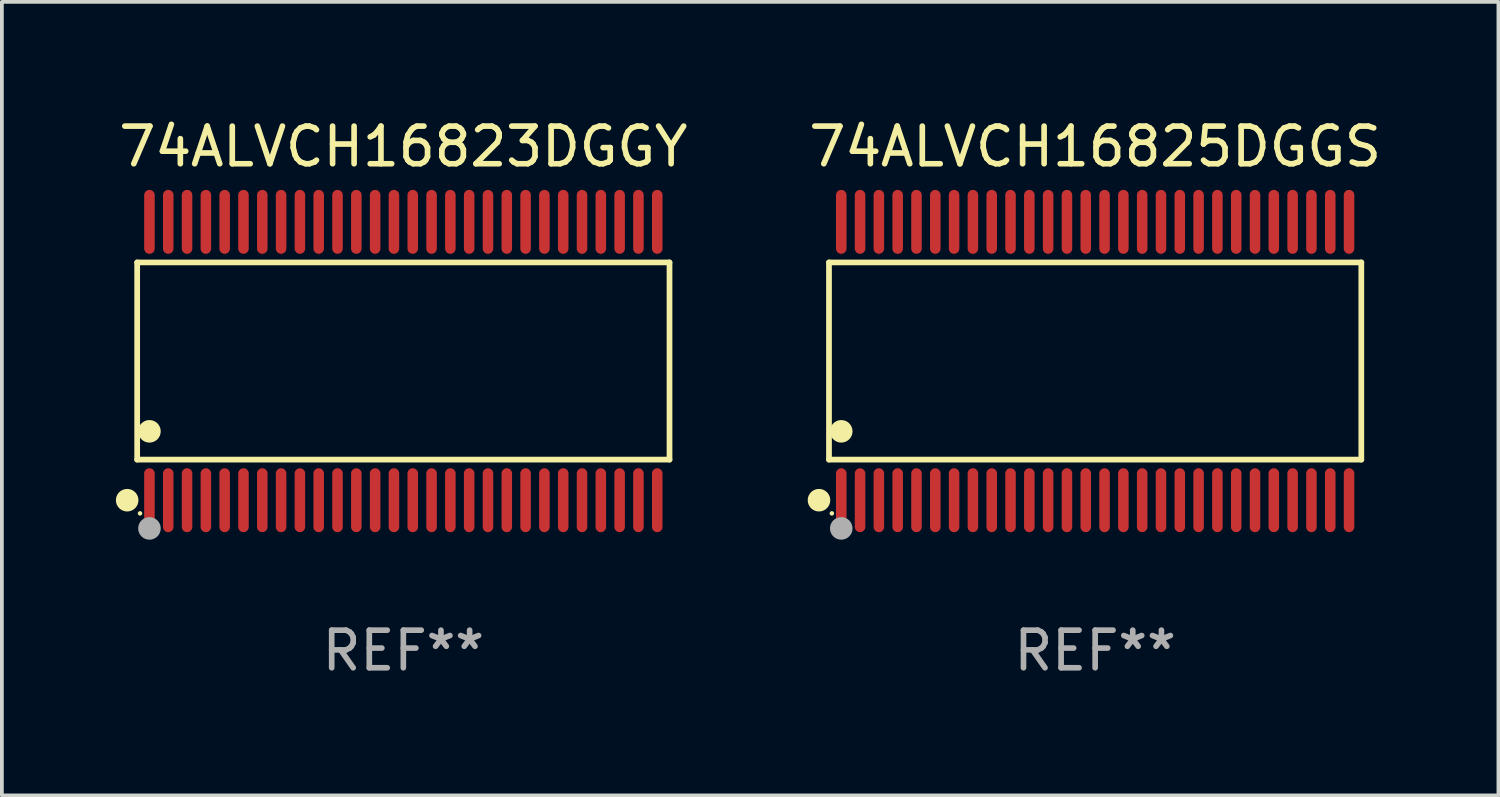
<source format=kicad_pcb>
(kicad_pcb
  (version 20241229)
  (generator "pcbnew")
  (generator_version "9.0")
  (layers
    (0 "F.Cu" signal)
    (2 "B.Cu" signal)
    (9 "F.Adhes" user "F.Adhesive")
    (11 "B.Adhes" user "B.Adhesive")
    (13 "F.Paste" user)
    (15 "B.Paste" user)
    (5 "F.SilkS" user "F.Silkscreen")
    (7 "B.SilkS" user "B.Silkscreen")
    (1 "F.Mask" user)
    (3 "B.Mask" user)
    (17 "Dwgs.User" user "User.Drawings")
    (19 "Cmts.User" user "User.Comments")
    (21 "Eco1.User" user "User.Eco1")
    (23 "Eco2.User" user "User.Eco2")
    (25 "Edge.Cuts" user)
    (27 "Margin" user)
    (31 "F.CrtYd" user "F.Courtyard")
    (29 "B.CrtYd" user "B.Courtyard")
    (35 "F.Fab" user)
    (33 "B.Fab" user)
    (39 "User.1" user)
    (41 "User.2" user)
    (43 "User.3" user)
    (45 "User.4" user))
  (footprint "74ALVCH16825DGGS"
    (layer "F.Cu")
    (at 26.065 6.548)
    (property "Reference" "74ALVCH16825DGGS" (at 0 -5.7 0) (layer "F.SilkS") (effects (font (size 1 1) (thickness 0.15))))
    (attr through_hole)
    (fp_line (start -7.076 -2.621) (end 7.076 -2.621) (stroke (width 0.152) (type solid)) (layer "F.SilkS"))
    (fp_line (start -7.076 2.621) (end -7.076 -2.621) (stroke (width 0.152) (type solid)) (layer "F.SilkS"))
    (fp_line (start 7.076 -2.621) (end 7.076 2.621) (stroke (width 0.152) (type solid)) (layer "F.SilkS"))
    (fp_line (start 7.076 2.621) (end -7.076 2.621) (stroke (width 0.152) (type solid)) (layer "F.SilkS"))
    (fp_circle (center -7.342 3.7) (end -7.192 3.7) (stroke (width 0.3) (type solid)) (fill no) (layer "F.SilkS"))
    (fp_circle (center -7 4.05) (end -6.97 4.05) (stroke (width 0.06) (type solid)) (fill no) (layer "F.SilkS"))
    (fp_circle (center -6.75 1.869) (end -6.6 1.869) (stroke (width 0.3) (type solid)) (fill no) (layer "F.SilkS"))
    (fp_circle (center -6.75 4.45) (end -6.6 4.45) (stroke (width 0.3) (type solid)) (fill no) (layer "F.Fab"))
    (fp_text user "REF**" (at 0 7.7 0) (layer "F.Fab") (effects (font (size 1 1) (thickness 0.15))))
    (pad "1" smd oval (at -6.75 3.7) (size 0.28 1.7) (layers "F.Cu" "F.Mask" "F.Paste"))
    (pad "2" smd oval (at -6.25 3.7) (size 0.28 1.7) (layers "F.Cu" "F.Mask" "F.Paste"))
    (pad "3" smd oval (at -5.75 3.7) (size 0.28 1.7) (layers "F.Cu" "F.Mask" "F.Paste"))
    (pad "4" smd oval (at -5.25 3.7) (size 0.28 1.7) (layers "F.Cu" "F.Mask" "F.Paste"))
    (pad "5" smd oval (at -4.75 3.7) (size 0.28 1.7) (layers "F.Cu" "F.Mask" "F.Paste"))
    (pad "6" smd oval (at -4.25 3.7) (size 0.28 1.7) (layers "F.Cu" "F.Mask" "F.Paste"))
    (pad "7" smd oval (at -3.75 3.7) (size 0.28 1.7) (layers "F.Cu" "F.Mask" "F.Paste"))
    (pad "8" smd oval (at -3.25 3.7) (size 0.28 1.7) (layers "F.Cu" "F.Mask" "F.Paste"))
    (pad "9" smd oval (at -2.75 3.7) (size 0.28 1.7) (layers "F.Cu" "F.Mask" "F.Paste"))
    (pad "10" smd oval (at -2.25 3.7) (size 0.28 1.7) (layers "F.Cu" "F.Mask" "F.Paste"))
    (pad "11" smd oval (at -1.75 3.7) (size 0.28 1.7) (layers "F.Cu" "F.Mask" "F.Paste"))
    (pad "12" smd oval (at -1.25 3.7) (size 0.28 1.7) (layers "F.Cu" "F.Mask" "F.Paste"))
    (pad "13" smd oval (at -0.75 3.7) (size 0.28 1.7) (layers "F.Cu" "F.Mask" "F.Paste"))
    (pad "14" smd oval (at -0.25 3.7) (size 0.28 1.7) (layers "F.Cu" "F.Mask" "F.Paste"))
    (pad "15" smd oval (at 0.25 3.7) (size 0.28 1.7) (layers "F.Cu" "F.Mask" "F.Paste"))
    (pad "16" smd oval (at 0.75 3.7) (size 0.28 1.7) (layers "F.Cu" "F.Mask" "F.Paste"))
    (pad "17" smd oval (at 1.25 3.7) (size 0.28 1.7) (layers "F.Cu" "F.Mask" "F.Paste"))
    (pad "18" smd oval (at 1.75 3.7) (size 0.28 1.7) (layers "F.Cu" "F.Mask" "F.Paste"))
    (pad "19" smd oval (at 2.25 3.7) (size 0.28 1.7) (layers "F.Cu" "F.Mask" "F.Paste"))
    (pad "20" smd oval (at 2.75 3.7) (size 0.28 1.7) (layers "F.Cu" "F.Mask" "F.Paste"))
    (pad "21" smd oval (at 3.25 3.7) (size 0.28 1.7) (layers "F.Cu" "F.Mask" "F.Paste"))
    (pad "22" smd oval (at 3.75 3.7) (size 0.28 1.7) (layers "F.Cu" "F.Mask" "F.Paste"))
    (pad "23" smd oval (at 4.25 3.7) (size 0.28 1.7) (layers "F.Cu" "F.Mask" "F.Paste"))
    (pad "24" smd oval (at 4.75 3.7) (size 0.28 1.7) (layers "F.Cu" "F.Mask" "F.Paste"))
    (pad "25" smd oval (at 5.25 3.7) (size 0.28 1.7) (layers "F.Cu" "F.Mask" "F.Paste"))
    (pad "26" smd oval (at 5.75 3.7) (size 0.28 1.7) (layers "F.Cu" "F.Mask" "F.Paste"))
    (pad "27" smd oval (at 6.25 3.7) (size 0.28 1.7) (layers "F.Cu" "F.Mask" "F.Paste"))
    (pad "28" smd oval (at 6.75 3.7) (size 0.28 1.7) (layers "F.Cu" "F.Mask" "F.Paste"))
    (pad "29" smd oval (at 6.75 -3.7) (size 0.28 1.7) (layers "F.Cu" "F.Mask" "F.Paste"))
    (pad "30" smd oval (at 6.25 -3.7) (size 0.28 1.7) (layers "F.Cu" "F.Mask" "F.Paste"))
    (pad "31" smd oval (at 5.75 -3.7) (size 0.28 1.7) (layers "F.Cu" "F.Mask" "F.Paste"))
    (pad "32" smd oval (at 5.25 -3.7) (size 0.28 1.7) (layers "F.Cu" "F.Mask" "F.Paste"))
    (pad "33" smd oval (at 4.75 -3.7) (size 0.28 1.7) (layers "F.Cu" "F.Mask" "F.Paste"))
    (pad "34" smd oval (at 4.25 -3.7) (size 0.28 1.7) (layers "F.Cu" "F.Mask" "F.Paste"))
    (pad "35" smd oval (at 3.75 -3.7) (size 0.28 1.7) (layers "F.Cu" "F.Mask" "F.Paste"))
    (pad "36" smd oval (at 3.25 -3.7) (size 0.28 1.7) (layers "F.Cu" "F.Mask" "F.Paste"))
    (pad "37" smd oval (at 2.75 -3.7) (size 0.28 1.7) (layers "F.Cu" "F.Mask" "F.Paste"))
    (pad "38" smd oval (at 2.25 -3.7) (size 0.28 1.7) (layers "F.Cu" "F.Mask" "F.Paste"))
    (pad "39" smd oval (at 1.75 -3.7) (size 0.28 1.7) (layers "F.Cu" "F.Mask" "F.Paste"))
    (pad "40" smd oval (at 1.25 -3.7) (size 0.28 1.7) (layers "F.Cu" "F.Mask" "F.Paste"))
    (pad "41" smd oval (at 0.75 -3.7) (size 0.28 1.7) (layers "F.Cu" "F.Mask" "F.Paste"))
    (pad "42" smd oval (at 0.25 -3.7) (size 0.28 1.7) (layers "F.Cu" "F.Mask" "F.Paste"))
    (pad "43" smd oval (at -0.25 -3.7) (size 0.28 1.7) (layers "F.Cu" "F.Mask" "F.Paste"))
    (pad "44" smd oval (at -0.75 -3.7) (size 0.28 1.7) (layers "F.Cu" "F.Mask" "F.Paste"))
    (pad "45" smd oval (at -1.25 -3.7) (size 0.28 1.7) (layers "F.Cu" "F.Mask" "F.Paste"))
    (pad "46" smd oval (at -1.75 -3.7) (size 0.28 1.7) (layers "F.Cu" "F.Mask" "F.Paste"))
    (pad "47" smd oval (at -2.25 -3.7) (size 0.28 1.7) (layers "F.Cu" "F.Mask" "F.Paste"))
    (pad "48" smd oval (at -2.75 -3.7) (size 0.28 1.7) (layers "F.Cu" "F.Mask" "F.Paste"))
    (pad "49" smd oval (at -3.25 -3.7) (size 0.28 1.7) (layers "F.Cu" "F.Mask" "F.Paste"))
    (pad "50" smd oval (at -3.75 -3.7) (size 0.28 1.7) (layers "F.Cu" "F.Mask" "F.Paste"))
    (pad "51" smd oval (at -4.25 -3.7) (size 0.28 1.7) (layers "F.Cu" "F.Mask" "F.Paste"))
    (pad "52" smd oval (at -4.75 -3.7) (size 0.28 1.7) (layers "F.Cu" "F.Mask" "F.Paste"))
    (pad "53" smd oval (at -5.25 -3.7) (size 0.28 1.7) (layers "F.Cu" "F.Mask" "F.Paste"))
    (pad "54" smd oval (at -5.75 -3.7) (size 0.28 1.7) (layers "F.Cu" "F.Mask" "F.Paste"))
    (pad "55" smd oval (at -6.25 -3.7) (size 0.28 1.7) (layers "F.Cu" "F.Mask" "F.Paste"))
    (pad "56" smd oval (at -6.75 -3.7) (size 0.28 1.7) (layers "F.Cu" "F.Mask" "F.Paste")))
  (footprint "74ALVCH16823DGGY"
    (layer "F.Cu")
    (at 7.673 6.548)
    (property "Reference" "74ALVCH16823DGGY" (at 0 -5.7 0) (layer "F.SilkS") (effects (font (size 1 1) (thickness 0.15))))
    (attr through_hole)
    (fp_line (start -7.076 -2.621) (end 7.076 -2.621) (stroke (width 0.152) (type solid)) (layer "F.SilkS"))
    (fp_line (start -7.076 2.621) (end -7.076 -2.621) (stroke (width 0.152) (type solid)) (layer "F.SilkS"))
    (fp_line (start 7.076 -2.621) (end 7.076 2.621) (stroke (width 0.152) (type solid)) (layer "F.SilkS"))
    (fp_line (start 7.076 2.621) (end -7.076 2.621) (stroke (width 0.152) (type solid)) (layer "F.SilkS"))
    (fp_circle (center -7.342 3.7) (end -7.192 3.7) (stroke (width 0.3) (type solid)) (fill no) (layer "F.SilkS"))
    (fp_circle (center -7 4.05) (end -6.97 4.05) (stroke (width 0.06) (type solid)) (fill no) (layer "F.SilkS"))
    (fp_circle (center -6.75 1.869) (end -6.6 1.869) (stroke (width 0.3) (type solid)) (fill no) (layer "F.SilkS"))
    (fp_circle (center -6.75 4.45) (end -6.6 4.45) (stroke (width 0.3) (type solid)) (fill no) (layer "F.Fab"))
    (fp_text user "REF**" (at 0 7.7 0) (layer "F.Fab") (effects (font (size 1 1) (thickness 0.15))))
    (pad "1" smd oval (at -6.75 3.7) (size 0.28 1.7) (layers "F.Cu" "F.Mask" "F.Paste"))
    (pad "2" smd oval (at -6.25 3.7) (size 0.28 1.7) (layers "F.Cu" "F.Mask" "F.Paste"))
    (pad "3" smd oval (at -5.75 3.7) (size 0.28 1.7) (layers "F.Cu" "F.Mask" "F.Paste"))
    (pad "4" smd oval (at -5.25 3.7) (size 0.28 1.7) (layers "F.Cu" "F.Mask" "F.Paste"))
    (pad "5" smd oval (at -4.75 3.7) (size 0.28 1.7) (layers "F.Cu" "F.Mask" "F.Paste"))
    (pad "6" smd oval (at -4.25 3.7) (size 0.28 1.7) (layers "F.Cu" "F.Mask" "F.Paste"))
    (pad "7" smd oval (at -3.75 3.7) (size 0.28 1.7) (layers "F.Cu" "F.Mask" "F.Paste"))
    (pad "8" smd oval (at -3.25 3.7) (size 0.28 1.7) (layers "F.Cu" "F.Mask" "F.Paste"))
    (pad "9" smd oval (at -2.75 3.7) (size 0.28 1.7) (layers "F.Cu" "F.Mask" "F.Paste"))
    (pad "10" smd oval (at -2.25 3.7) (size 0.28 1.7) (layers "F.Cu" "F.Mask" "F.Paste"))
    (pad "11" smd oval (at -1.75 3.7) (size 0.28 1.7) (layers "F.Cu" "F.Mask" "F.Paste"))
    (pad "12" smd oval (at -1.25 3.7) (size 0.28 1.7) (layers "F.Cu" "F.Mask" "F.Paste"))
    (pad "13" smd oval (at -0.75 3.7) (size 0.28 1.7) (layers "F.Cu" "F.Mask" "F.Paste"))
    (pad "14" smd oval (at -0.25 3.7) (size 0.28 1.7) (layers "F.Cu" "F.Mask" "F.Paste"))
    (pad "15" smd oval (at 0.25 3.7) (size 0.28 1.7) (layers "F.Cu" "F.Mask" "F.Paste"))
    (pad "16" smd oval (at 0.75 3.7) (size 0.28 1.7) (layers "F.Cu" "F.Mask" "F.Paste"))
    (pad "17" smd oval (at 1.25 3.7) (size 0.28 1.7) (layers "F.Cu" "F.Mask" "F.Paste"))
    (pad "18" smd oval (at 1.75 3.7) (size 0.28 1.7) (layers "F.Cu" "F.Mask" "F.Paste"))
    (pad "19" smd oval (at 2.25 3.7) (size 0.28 1.7) (layers "F.Cu" "F.Mask" "F.Paste"))
    (pad "20" smd oval (at 2.75 3.7) (size 0.28 1.7) (layers "F.Cu" "F.Mask" "F.Paste"))
    (pad "21" smd oval (at 3.25 3.7) (size 0.28 1.7) (layers "F.Cu" "F.Mask" "F.Paste"))
    (pad "22" smd oval (at 3.75 3.7) (size 0.28 1.7) (layers "F.Cu" "F.Mask" "F.Paste"))
    (pad "23" smd oval (at 4.25 3.7) (size 0.28 1.7) (layers "F.Cu" "F.Mask" "F.Paste"))
    (pad "24" smd oval (at 4.75 3.7) (size 0.28 1.7) (layers "F.Cu" "F.Mask" "F.Paste"))
    (pad "25" smd oval (at 5.25 3.7) (size 0.28 1.7) (layers "F.Cu" "F.Mask" "F.Paste"))
    (pad "26" smd oval (at 5.75 3.7) (size 0.28 1.7) (layers "F.Cu" "F.Mask" "F.Paste"))
    (pad "27" smd oval (at 6.25 3.7) (size 0.28 1.7) (layers "F.Cu" "F.Mask" "F.Paste"))
    (pad "28" smd oval (at 6.75 3.7) (size 0.28 1.7) (layers "F.Cu" "F.Mask" "F.Paste"))
    (pad "29" smd oval (at 6.75 -3.7) (size 0.28 1.7) (layers "F.Cu" "F.Mask" "F.Paste"))
    (pad "30" smd oval (at 6.25 -3.7) (size 0.28 1.7) (layers "F.Cu" "F.Mask" "F.Paste"))
    (pad "31" smd oval (at 5.75 -3.7) (size 0.28 1.7) (layers "F.Cu" "F.Mask" "F.Paste"))
    (pad "32" smd oval (at 5.25 -3.7) (size 0.28 1.7) (layers "F.Cu" "F.Mask" "F.Paste"))
    (pad "33" smd oval (at 4.75 -3.7) (size 0.28 1.7) (layers "F.Cu" "F.Mask" "F.Paste"))
    (pad "34" smd oval (at 4.25 -3.7) (size 0.28 1.7) (layers "F.Cu" "F.Mask" "F.Paste"))
    (pad "35" smd oval (at 3.75 -3.7) (size 0.28 1.7) (layers "F.Cu" "F.Mask" "F.Paste"))
    (pad "36" smd oval (at 3.25 -3.7) (size 0.28 1.7) (layers "F.Cu" "F.Mask" "F.Paste"))
    (pad "37" smd oval (at 2.75 -3.7) (size 0.28 1.7) (layers "F.Cu" "F.Mask" "F.Paste"))
    (pad "38" smd oval (at 2.25 -3.7) (size 0.28 1.7) (layers "F.Cu" "F.Mask" "F.Paste"))
    (pad "39" smd oval (at 1.75 -3.7) (size 0.28 1.7) (layers "F.Cu" "F.Mask" "F.Paste"))
    (pad "40" smd oval (at 1.25 -3.7) (size 0.28 1.7) (layers "F.Cu" "F.Mask" "F.Paste"))
    (pad "41" smd oval (at 0.75 -3.7) (size 0.28 1.7) (layers "F.Cu" "F.Mask" "F.Paste"))
    (pad "42" smd oval (at 0.25 -3.7) (size 0.28 1.7) (layers "F.Cu" "F.Mask" "F.Paste"))
    (pad "43" smd oval (at -0.25 -3.7) (size 0.28 1.7) (layers "F.Cu" "F.Mask" "F.Paste"))
    (pad "44" smd oval (at -0.75 -3.7) (size 0.28 1.7) (layers "F.Cu" "F.Mask" "F.Paste"))
    (pad "45" smd oval (at -1.25 -3.7) (size 0.28 1.7) (layers "F.Cu" "F.Mask" "F.Paste"))
    (pad "46" smd oval (at -1.75 -3.7) (size 0.28 1.7) (layers "F.Cu" "F.Mask" "F.Paste"))
    (pad "47" smd oval (at -2.25 -3.7) (size 0.28 1.7) (layers "F.Cu" "F.Mask" "F.Paste"))
    (pad "48" smd oval (at -2.75 -3.7) (size 0.28 1.7) (layers "F.Cu" "F.Mask" "F.Paste"))
    (pad "49" smd oval (at -3.25 -3.7) (size 0.28 1.7) (layers "F.Cu" "F.Mask" "F.Paste"))
    (pad "50" smd oval (at -3.75 -3.7) (size 0.28 1.7) (layers "F.Cu" "F.Mask" "F.Paste"))
    (pad "51" smd oval (at -4.25 -3.7) (size 0.28 1.7) (layers "F.Cu" "F.Mask" "F.Paste"))
    (pad "52" smd oval (at -4.75 -3.7) (size 0.28 1.7) (layers "F.Cu" "F.Mask" "F.Paste"))
    (pad "53" smd oval (at -5.25 -3.7) (size 0.28 1.7) (layers "F.Cu" "F.Mask" "F.Paste"))
    (pad "54" smd oval (at -5.75 -3.7) (size 0.28 1.7) (layers "F.Cu" "F.Mask" "F.Paste"))
    (pad "55" smd oval (at -6.25 -3.7) (size 0.28 1.7) (layers "F.Cu" "F.Mask" "F.Paste"))
    (pad "56" smd oval (at -6.75 -3.7) (size 0.28 1.7) (layers "F.Cu" "F.Mask" "F.Paste")))
  (gr_rect
    (start -3 -3)
    (end 36.786 18.097)
    (stroke (width 0.1) (type default))
    (fill no)
    (layer "Edge.Cuts")))
</source>
